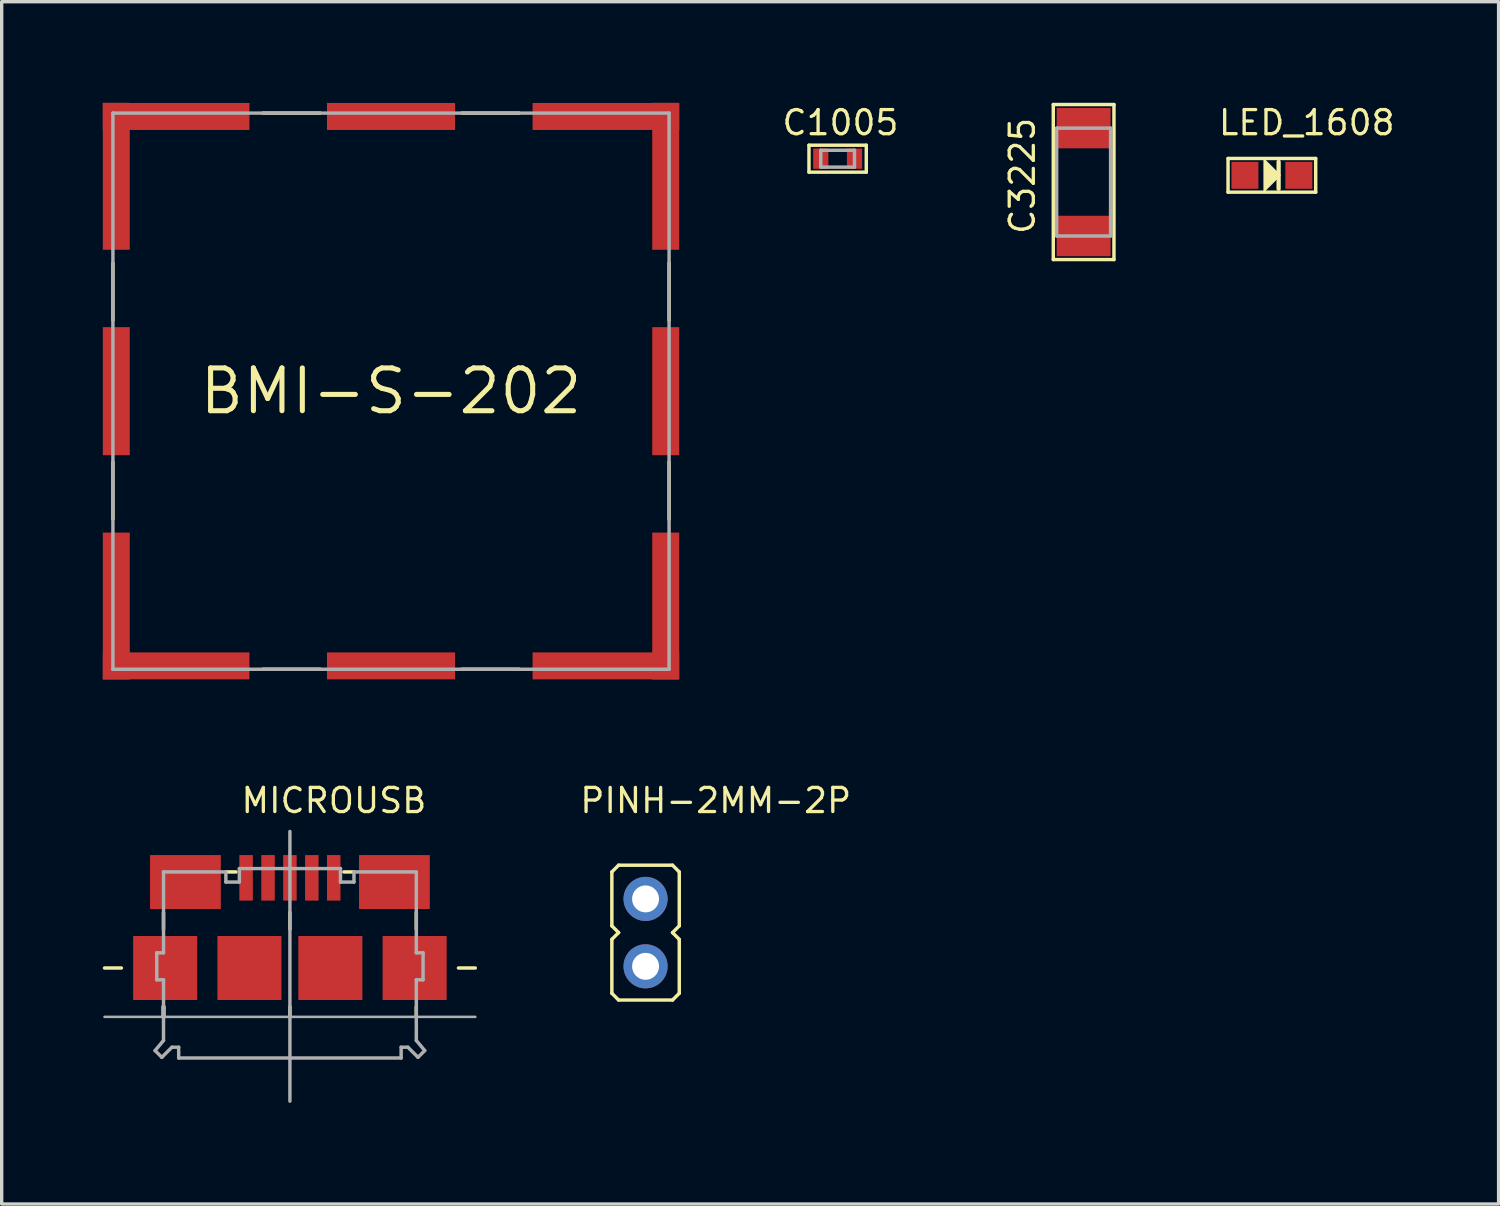
<source format=kicad_pcb>
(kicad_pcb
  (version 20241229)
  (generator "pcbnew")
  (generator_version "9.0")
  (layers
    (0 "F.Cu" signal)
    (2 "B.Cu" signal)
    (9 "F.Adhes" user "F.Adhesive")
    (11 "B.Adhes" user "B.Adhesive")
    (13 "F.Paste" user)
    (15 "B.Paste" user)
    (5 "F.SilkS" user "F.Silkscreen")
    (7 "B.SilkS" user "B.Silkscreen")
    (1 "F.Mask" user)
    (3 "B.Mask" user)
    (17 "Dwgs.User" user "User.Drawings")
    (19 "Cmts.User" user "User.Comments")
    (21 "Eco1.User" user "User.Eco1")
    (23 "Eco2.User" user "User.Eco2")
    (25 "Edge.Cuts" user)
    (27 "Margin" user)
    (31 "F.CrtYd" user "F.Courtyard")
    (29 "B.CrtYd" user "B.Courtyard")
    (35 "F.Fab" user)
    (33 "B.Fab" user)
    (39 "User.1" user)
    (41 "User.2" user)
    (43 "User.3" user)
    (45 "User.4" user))
  (footprint "C1005"
    (layer "F.Cu")
    (at 21.8 1.658)
    (property "Reference" "C1005" (at -1.7 -0.65 0) (layer "F.SilkS") (effects (font (size 0.715 0.715) (thickness 0.098)) (justify left bottom)))
    (fp_line (start -0.85 -0.4) (end 0.85 -0.4) (stroke (width 0.102) (type solid)) (layer "F.SilkS"))
    (fp_line (start -0.85 0.4) (end -0.85 -0.4) (stroke (width 0.102) (type solid)) (layer "F.SilkS"))
    (fp_line (start -0.85 0.4) (end 0.85 0.4) (stroke (width 0.102) (type solid)) (layer "F.SilkS"))
    (fp_line (start 0.85 0.4) (end 0.85 -0.4) (stroke (width 0.102) (type solid)) (layer "F.SilkS"))
    (fp_line (start -0.5 -0.25) (end 0.5 -0.25) (stroke (width 0.102) (type solid)) (layer "F.Fab"))
    (fp_line (start -0.5 0.25) (end -0.5 -0.25) (stroke (width 0.102) (type solid)) (layer "F.Fab"))
    (fp_line (start 0.5 -0.25) (end 0.5 0.25) (stroke (width 0.102) (type solid)) (layer "F.Fab"))
    (fp_line (start 0.5 0.25) (end -0.5 0.25) (stroke (width 0.102) (type solid)) (layer "F.Fab"))
    (pad "1" smd rect (at -0.5 0) (size 0.45 0.6) (layers "F.Cu" "F.Mask" "F.Paste"))
    (pad "2" smd rect (at 0.5 0) (size 0.45 0.6) (layers "F.Cu" "F.Mask" "F.Paste")))
  (footprint "BMI-S-202"
    (layer "F.Cu")
    (at 8.55 8.555)
    (property "Reference" "BMI-S-202" (at 0 0 0) (layer "F.SilkS") (effects (font (size 1.27 1.27) (thickness 0.15))))
    (fp_line (start -8.25 -2.1) (end -8.25 -3.8) (stroke (width 0.102) (type solid)) (layer "F.SilkS"))
    (fp_line (start -8.25 3.8) (end -8.25 2.1) (stroke (width 0.102) (type solid)) (layer "F.SilkS"))
    (fp_line (start -3.8 -8.25) (end -2.1 -8.25) (stroke (width 0.102) (type solid)) (layer "F.SilkS"))
    (fp_line (start -3.8 8.25) (end -2.1 8.25) (stroke (width 0.102) (type solid)) (layer "F.SilkS"))
    (fp_line (start 2.1 -8.25) (end 3.8 -8.25) (stroke (width 0.102) (type solid)) (layer "F.SilkS"))
    (fp_line (start 2.1 8.25) (end 3.8 8.25) (stroke (width 0.102) (type solid)) (layer "F.SilkS"))
    (fp_line (start 8.25 -2.1) (end 8.25 -3.8) (stroke (width 0.102) (type solid)) (layer "F.SilkS"))
    (fp_line (start 8.25 3.8) (end 8.25 2.1) (stroke (width 0.102) (type solid)) (layer "F.SilkS"))
    (fp_line (start -8.25 -8.25) (end -8.25 8.25) (stroke (width 0.102) (type solid)) (layer "F.Fab"))
    (fp_line (start -8.25 8.25) (end 8.25 8.25) (stroke (width 0.102) (type solid)) (layer "F.Fab"))
    (fp_line (start 8.25 -8.25) (end -8.25 -8.25) (stroke (width 0.102) (type solid)) (layer "F.Fab"))
    (fp_line (start 8.25 8.25) (end 8.25 -8.25) (stroke (width 0.102) (type solid)) (layer "F.Fab"))
    (pad "P1" smd rect (at -6.375 8.15 180) (size 4.35 0.8) (layers "F.Cu" "F.Mask"))
    (pad "P2" smd rect (at 0 8.15) (size 3.8 0.8) (layers "F.Cu" "F.Mask"))
    (pad "P3" smd rect (at 6.375 8.15 180) (size 4.35 0.8) (layers "F.Cu" "F.Mask"))
    (pad "P4" smd rect (at 8.15 6.375 90) (size 4.36 0.8) (layers "F.Cu" "F.Mask"))
    (pad "P5" smd rect (at 8.15 0 90) (size 3.8 0.8) (layers "F.Cu" "F.Mask"))
    (pad "P6" smd rect (at 8.15 -6.375 90) (size 4.36 0.8) (layers "F.Cu" "F.Mask"))
    (pad "P7" smd rect (at 6.375 -8.15 180) (size 4.35 0.8) (layers "F.Cu" "F.Mask"))
    (pad "P8" smd rect (at 0 -8.15) (size 3.8 0.8) (layers "F.Cu" "F.Mask"))
    (pad "P9" smd rect (at -6.375 -8.15 180) (size 4.35 0.8) (layers "F.Cu" "F.Mask"))
    (pad "P10" smd rect (at -8.15 -6.375 90) (size 4.36 0.8) (layers "F.Cu" "F.Mask"))
    (pad "P11" smd rect (at -8.15 0 90) (size 3.8 0.8) (layers "F.Cu" "F.Mask"))
    (pad "P12" smd rect (at -8.15 6.375 90) (size 4.36 0.8) (layers "F.Cu" "F.Mask")))
  (footprint "LED_1608"
    (layer "F.Cu")
    (at 34.683 2.151)
    (property "Reference" "LED_1608" (at -1.635 -1.143 0) (layer "F.SilkS") (effects (font (size 0.715 0.715) (thickness 0.098)) (justify left bottom)))
    (fp_line (start -1.3 -0.5) (end 1.3 -0.5) (stroke (width 0.102) (type solid)) (layer "F.SilkS"))
    (fp_line (start -1.3 0.5) (end -1.3 -0.5) (stroke (width 0.102) (type solid)) (layer "F.SilkS"))
    (fp_line (start -1.3 0.5) (end 1.3 0.5) (stroke (width 0.102) (type solid)) (layer "F.SilkS"))
    (fp_line (start 0.2 -0.4) (end 0.2 0.4) (stroke (width 0.127) (type solid)) (layer "F.SilkS"))
    (fp_line (start 1.3 0.5) (end 1.3 -0.5) (stroke (width 0.102) (type solid)) (layer "F.SilkS"))
    (fp_poly (pts (xy 0.272 0) (xy -0.251 0.523) (xy -0.251 -0.523)) (stroke (width 0) (type solid)) (fill yes) (layer "F.SilkS"))
    (pad "1" smd rect (at -0.8 0) (size 0.8 0.8) (layers "F.Cu" "F.Mask" "F.Paste"))
    (pad "2" smd rect (at 0.8 0) (size 0.8 0.8) (layers "F.Cu" "F.Mask" "F.Paste")))
  (footprint "C3225"
    (layer "F.Cu")
    (at 29.098 2.351)
    (property "Reference" "C3225" (at -1.4 1.6 90) (layer "F.SilkS") (effects (font (size 0.715 0.715) (thickness 0.098)) (justify left bottom)))
    (fp_line (start -0.9 -2.3) (end -0.9 2.3) (stroke (width 0.102) (type solid)) (layer "F.SilkS"))
    (fp_line (start -0.9 -2.3) (end 0.9 -2.3) (stroke (width 0.102) (type solid)) (layer "F.SilkS"))
    (fp_line (start -0.9 2.3) (end 0.9 2.3) (stroke (width 0.102) (type solid)) (layer "F.SilkS"))
    (fp_line (start 0.9 -2.3) (end 0.9 2.3) (stroke (width 0.102) (type solid)) (layer "F.SilkS"))
    (fp_line (start -0.8 -1.6) (end -0.8 1.6) (stroke (width 0.102) (type solid)) (layer "F.Fab"))
    (fp_line (start -0.8 1.6) (end 0.8 1.6) (stroke (width 0.102) (type solid)) (layer "F.Fab"))
    (fp_line (start 0.8 -1.6) (end -0.8 -1.6) (stroke (width 0.102) (type solid)) (layer "F.Fab"))
    (fp_line (start 0.8 1.6) (end 0.8 -1.6) (stroke (width 0.102) (type solid)) (layer "F.Fab"))
    (pad "P$1" smd rect (at 0 -1.6) (size 1.6 1.2) (layers "F.Cu" "F.Mask" "F.Paste"))
    (pad "P$2" smd rect (at 0 1.6) (size 1.6 1.2) (layers "F.Cu" "F.Mask" "F.Paste")))
  (footprint "MICROUSB"
    (layer "F.Cu")
    (at 5.551 27.118)
    (property "Reference" "MICROUSB" (at -1.5 -6 0) (layer "F.SilkS") (effects (font (size 0.715 0.715) (thickness 0.098)) (justify left bottom)))
    (fp_line (start -5 -1.45) (end -5.5 -1.45) (stroke (width 0.102) (type solid)) (layer "F.SilkS"))
    (fp_line (start -3.75 -2.6) (end -3.75 -3.1) (stroke (width 0.102) (type solid)) (layer "F.SilkS"))
    (fp_line (start -3.75 -0.3) (end -3.75 0) (stroke (width 0.127) (type solid)) (layer "F.SilkS"))
    (fp_line (start -1.9 -4.3) (end -1.6 -4.3) (stroke (width 0.102) (type solid)) (layer "F.SilkS"))
    (fp_line (start 0 -3.1) (end 0 -2.6) (stroke (width 0.102) (type solid)) (layer "F.SilkS"))
    (fp_line (start 0 -0.3) (end 0 0) (stroke (width 0.102) (type solid)) (layer "F.SilkS"))
    (fp_line (start 1.9 -4.3) (end 1.6 -4.3) (stroke (width 0.102) (type solid)) (layer "F.SilkS"))
    (fp_line (start 3.75 -2.6) (end 3.75 -3.1) (stroke (width 0.102) (type solid)) (layer "F.SilkS"))
    (fp_line (start 3.75 0) (end 3.75 -0.3) (stroke (width 0.102) (type solid)) (layer "F.SilkS"))
    (fp_line (start 5.5 -1.45) (end 5 -1.45) (stroke (width 0.102) (type solid)) (layer "F.SilkS"))
    (fp_line (start -5.5 0) (end 5.5 0) (stroke (width 0.076) (type solid)) (layer "F.Fab"))
    (fp_line (start -4 1) (end -3.8 1.2) (stroke (width 0.102) (type solid)) (layer "F.Fab"))
    (fp_line (start -3.95 -1.9) (end -3.95 -1.1) (stroke (width 0.102) (type solid)) (layer "F.Fab"))
    (fp_line (start -3.95 -1.9) (end -3.75 -1.9) (stroke (width 0.102) (type solid)) (layer "F.Fab"))
    (fp_line (start -3.95 -1.1) (end -3.75 -1.1) (stroke (width 0.102) (type solid)) (layer "F.Fab"))
    (fp_line (start -3.8 1.2) (end -3.5 0.9) (stroke (width 0.102) (type solid)) (layer "F.Fab"))
    (fp_line (start -3.75 -4.3) (end -3.75 -1.9) (stroke (width 0.102) (type solid)) (layer "F.Fab"))
    (fp_line (start -3.75 -4.3) (end -1.95 -4.3) (stroke (width 0.102) (type solid)) (layer "F.Fab"))
    (fp_line (start -3.75 -1.1) (end -3.75 0.7) (stroke (width 0.102) (type solid)) (layer "F.Fab"))
    (fp_line (start -3.75 0.7) (end -4 1) (stroke (width 0.102) (type solid)) (layer "F.Fab"))
    (fp_line (start -3.5 0.9) (end -3.3 0.9) (stroke (width 0.102) (type solid)) (layer "F.Fab"))
    (fp_line (start -3.3 0.9) (end -3.3 1.22) (stroke (width 0.102) (type solid)) (layer "F.Fab"))
    (fp_line (start -1.9 -4.3) (end -1.9 -4) (stroke (width 0.102) (type solid)) (layer "F.Fab"))
    (fp_line (start -1.9 -4) (end -1.5 -4) (stroke (width 0.102) (type solid)) (layer "F.Fab"))
    (fp_line (start -1.5 -4) (end -1.5 -4.4) (stroke (width 0.102) (type solid)) (layer "F.Fab"))
    (fp_line (start 0 2.5) (end 0 -5.5) (stroke (width 0.102) (type solid)) (layer "F.Fab"))
    (fp_line (start 1.5 -4.4) (end -1.5 -4.4) (stroke (width 0.102) (type solid)) (layer "F.Fab"))
    (fp_line (start 1.5 -4) (end 1.5 -4.4) (stroke (width 0.102) (type solid)) (layer "F.Fab"))
    (fp_line (start 1.9 -4.3) (end 1.9 -4) (stroke (width 0.102) (type solid)) (layer "F.Fab"))
    (fp_line (start 1.9 -4) (end 1.5 -4) (stroke (width 0.102) (type solid)) (layer "F.Fab"))
    (fp_line (start 3.3 0.9) (end 3.3 1.22) (stroke (width 0.102) (type solid)) (layer "F.Fab"))
    (fp_line (start 3.3 1.22) (end -3.3 1.22) (stroke (width 0.102) (type solid)) (layer "F.Fab"))
    (fp_line (start 3.5 0.9) (end 3.3 0.9) (stroke (width 0.102) (type solid)) (layer "F.Fab"))
    (fp_line (start 3.75 -4.3) (end 1.95 -4.3) (stroke (width 0.102) (type solid)) (layer "F.Fab"))
    (fp_line (start 3.75 -4.3) (end 3.75 -1.9) (stroke (width 0.102) (type solid)) (layer "F.Fab"))
    (fp_line (start 3.75 -1.1) (end 3.75 0.7) (stroke (width 0.102) (type solid)) (layer "F.Fab"))
    (fp_line (start 3.75 0.7) (end 4 1) (stroke (width 0.102) (type solid)) (layer "F.Fab"))
    (fp_line (start 3.8 1.2) (end 3.5 0.9) (stroke (width 0.102) (type solid)) (layer "F.Fab"))
    (fp_line (start 3.95 -1.9) (end 3.75 -1.9) (stroke (width 0.102) (type solid)) (layer "F.Fab"))
    (fp_line (start 3.95 -1.9) (end 3.95 -1.1) (stroke (width 0.102) (type solid)) (layer "F.Fab"))
    (fp_line (start 3.95 -1.1) (end 3.75 -1.1) (stroke (width 0.102) (type solid)) (layer "F.Fab"))
    (fp_line (start 4 1) (end 3.8 1.2) (stroke (width 0.102) (type solid)) (layer "F.Fab"))
    (pad "1" smd rect (at -1.3 -4.125 180) (size 0.4 1.35) (layers "F.Cu" "F.Mask" "F.Paste"))
    (pad "2" smd rect (at -0.65 -4.125 180) (size 0.4 1.35) (layers "F.Cu" "F.Mask" "F.Paste"))
    (pad "3" smd rect (at 0 -4.125 180) (size 0.4 1.35) (layers "F.Cu" "F.Mask" "F.Paste"))
    (pad "4" smd rect (at 0.65 -4.125 180) (size 0.4 1.35) (layers "F.Cu" "F.Mask" "F.Paste"))
    (pad "5" smd rect (at 1.3 -4.125 180) (size 0.4 1.35) (layers "F.Cu" "F.Mask" "F.Paste"))
    (pad "G1" smd rect (at -3.7 -1.45) (size 1.9 1.9) (layers "F.Cu" "F.Mask" "F.Paste"))
    (pad "G2" smd rect (at 3.7 -1.45) (size 1.9 1.9) (layers "F.Cu" "F.Mask" "F.Paste"))
    (pad "G3" smd rect (at -3.1 -4 180) (size 2.1 1.6) (layers "F.Cu" "F.Mask" "F.Paste"))
    (pad "G4" smd rect (at 3.1 -4 180) (size 2.1 1.6) (layers "F.Cu" "F.Mask" "F.Paste"))
    (pad "G5" smd rect (at -1.2 -1.45) (size 1.9 1.9) (layers "F.Cu" "F.Mask" "F.Paste"))
    (pad "G6" smd rect (at 1.2 -1.45) (size 1.9 1.9) (layers "F.Cu" "F.Mask" "F.Paste")))
  (footprint "PINH-2MM-2P"
    (layer "F.Cu")
    (at 16.102 24.618)
    (property "Reference" "PINH-2MM-2P" (at -2 -3.5 0) (layer "F.SilkS") (effects (font (size 0.715 0.715) (thickness 0.098)) (justify left bottom)))
    (fp_line (start -1 -0.2) (end -1 -1.8) (stroke (width 0.102) (type solid)) (layer "F.SilkS"))
    (fp_line (start -1 -0.2) (end -0.8 0) (stroke (width 0.102) (type solid)) (layer "F.SilkS"))
    (fp_line (start -1 1.8) (end -1 0.2) (stroke (width 0.102) (type solid)) (layer "F.SilkS"))
    (fp_line (start -1 1.8) (end -0.8 2) (stroke (width 0.102) (type solid)) (layer "F.SilkS"))
    (fp_line (start -0.8 -2) (end -1 -1.8) (stroke (width 0.102) (type solid)) (layer "F.SilkS"))
    (fp_line (start -0.8 -2) (end 0.8 -2) (stroke (width 0.102) (type solid)) (layer "F.SilkS"))
    (fp_line (start -0.8 0) (end -1 0.2) (stroke (width 0.102) (type solid)) (layer "F.SilkS"))
    (fp_line (start 0.8 -2) (end 1 -1.8) (stroke (width 0.102) (type solid)) (layer "F.SilkS"))
    (fp_line (start 0.8 0) (end 1 -0.2) (stroke (width 0.102) (type solid)) (layer "F.SilkS"))
    (fp_line (start 0.8 2) (end -0.8 2) (stroke (width 0.102) (type solid)) (layer "F.SilkS"))
    (fp_line (start 0.8 2) (end 1 1.8) (stroke (width 0.102) (type solid)) (layer "F.SilkS"))
    (fp_line (start 1 -0.2) (end 1 -1.8) (stroke (width 0.102) (type solid)) (layer "F.SilkS"))
    (fp_line (start 1 0.2) (end 0.8 0) (stroke (width 0.102) (type solid)) (layer "F.SilkS"))
    (fp_line (start 1 0.2) (end 1 1.8) (stroke (width 0.102) (type solid)) (layer "F.SilkS"))
    (pad "1" thru_hole circle (at 0 1) (size 1.308 1.308) (drill 0.8) (layers "*.Cu" "*.Mask"))
    (pad "2" thru_hole circle (at 0 -1) (size 1.308 1.308) (drill 0.8) (layers "*.Cu" "*.Mask")))
  (gr_rect
    (start -3 -3)
    (end 41.409 32.669)
    (stroke (width 0.1) (type default))
    (fill no)
    (layer "Edge.Cuts")))
</source>
